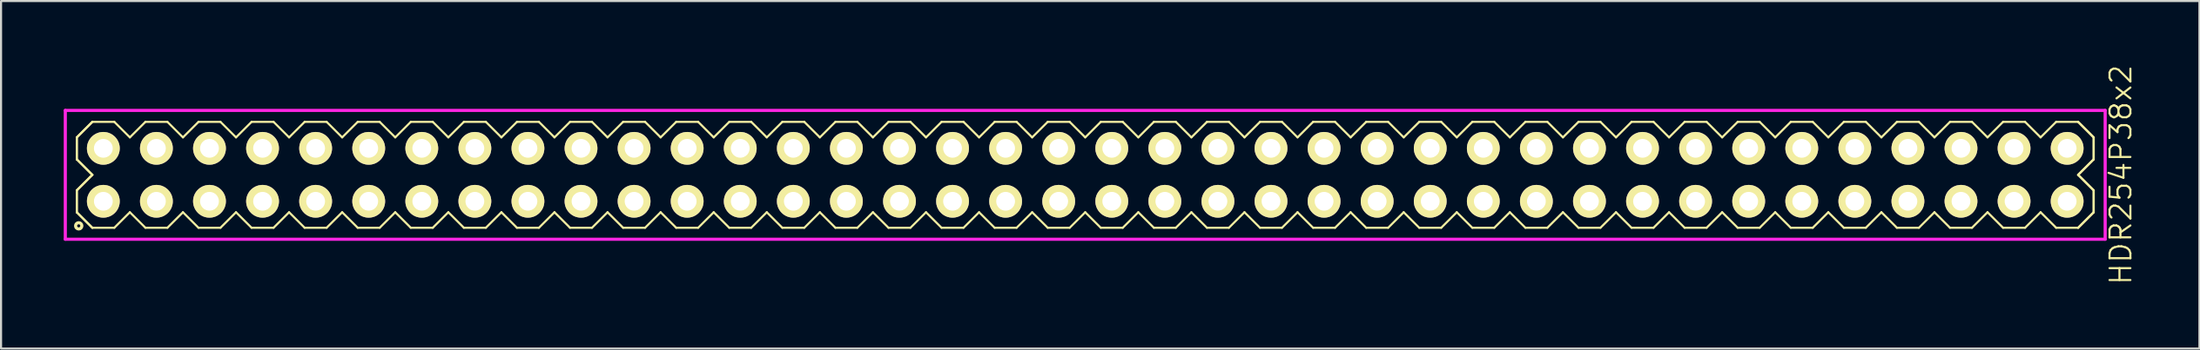
<source format=kicad_pcb>
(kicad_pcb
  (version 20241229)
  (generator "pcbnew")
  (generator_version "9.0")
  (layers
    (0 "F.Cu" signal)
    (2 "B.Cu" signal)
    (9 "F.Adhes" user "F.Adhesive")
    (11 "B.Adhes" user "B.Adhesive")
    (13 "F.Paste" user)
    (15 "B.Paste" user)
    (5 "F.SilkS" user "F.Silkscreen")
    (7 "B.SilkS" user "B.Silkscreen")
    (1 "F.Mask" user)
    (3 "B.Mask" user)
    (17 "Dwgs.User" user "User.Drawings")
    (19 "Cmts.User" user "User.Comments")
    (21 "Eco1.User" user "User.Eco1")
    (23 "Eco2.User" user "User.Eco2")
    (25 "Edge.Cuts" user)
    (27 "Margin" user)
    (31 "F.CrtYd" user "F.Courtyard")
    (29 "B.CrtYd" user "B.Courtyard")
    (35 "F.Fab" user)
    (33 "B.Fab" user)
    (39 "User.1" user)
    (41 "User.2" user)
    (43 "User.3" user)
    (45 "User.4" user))
  (footprint "HDR254P38x2"
    (layer "F.Cu")
    (at 48.885 5.336)
    (property "Reference" "HDR254P38x2" (at 49.56 0 90) (layer "F.SilkS") (effects (font (size 1 1) (thickness 0.1))))
    (attr through_hole)
    (fp_line (start -48.26 -1.796) (end -47.516 -2.54) (stroke (width 0.1) (type solid)) (layer "F.SilkS"))
    (fp_line (start -48.26 -1.796) (end -47.516 -2.54) (stroke (width 0.1) (type solid)) (layer "F.SilkS"))
    (fp_line (start -48.26 -0.744) (end -48.26 -1.796) (stroke (width 0.1) (type solid)) (layer "F.SilkS"))
    (fp_line (start -48.26 -0.744) (end -48.26 -1.796) (stroke (width 0.1) (type solid)) (layer "F.SilkS"))
    (fp_line (start -48.26 0.744) (end -47.516 0) (stroke (width 0.1) (type solid)) (layer "F.SilkS"))
    (fp_line (start -48.26 0.744) (end -47.516 0) (stroke (width 0.1) (type solid)) (layer "F.SilkS"))
    (fp_line (start -48.26 1.796) (end -48.26 0.744) (stroke (width 0.1) (type solid)) (layer "F.SilkS"))
    (fp_line (start -48.26 1.796) (end -48.26 0.744) (stroke (width 0.1) (type solid)) (layer "F.SilkS"))
    (fp_line (start -47.516 -2.54) (end -46.464 -2.54) (stroke (width 0.1) (type solid)) (layer "F.SilkS"))
    (fp_line (start -47.516 0) (end -48.26 -0.744) (stroke (width 0.1) (type solid)) (layer "F.SilkS"))
    (fp_line (start -47.516 0) (end -48.26 -0.744) (stroke (width 0.1) (type solid)) (layer "F.SilkS"))
    (fp_line (start -47.516 2.54) (end -48.26 1.796) (stroke (width 0.1) (type solid)) (layer "F.SilkS"))
    (fp_line (start -47.516 2.54) (end -48.26 1.796) (stroke (width 0.1) (type solid)) (layer "F.SilkS"))
    (fp_line (start -46.464 -2.54) (end -45.72 -1.796) (stroke (width 0.1) (type solid)) (layer "F.SilkS"))
    (fp_line (start -46.464 2.54) (end -47.516 2.54) (stroke (width 0.1) (type solid)) (layer "F.SilkS"))
    (fp_line (start -45.72 -1.796) (end -44.976 -2.54) (stroke (width 0.1) (type solid)) (layer "F.SilkS"))
    (fp_line (start -45.72 1.796) (end -46.464 2.54) (stroke (width 0.1) (type solid)) (layer "F.SilkS"))
    (fp_line (start -44.976 -2.54) (end -43.924 -2.54) (stroke (width 0.1) (type solid)) (layer "F.SilkS"))
    (fp_line (start -44.976 2.54) (end -45.72 1.796) (stroke (width 0.1) (type solid)) (layer "F.SilkS"))
    (fp_line (start -43.924 -2.54) (end -43.18 -1.796) (stroke (width 0.1) (type solid)) (layer "F.SilkS"))
    (fp_line (start -43.924 2.54) (end -44.976 2.54) (stroke (width 0.1) (type solid)) (layer "F.SilkS"))
    (fp_line (start -43.18 -1.796) (end -42.436 -2.54) (stroke (width 0.1) (type solid)) (layer "F.SilkS"))
    (fp_line (start -43.18 1.796) (end -43.924 2.54) (stroke (width 0.1) (type solid)) (layer "F.SilkS"))
    (fp_line (start -42.436 -2.54) (end -41.384 -2.54) (stroke (width 0.1) (type solid)) (layer "F.SilkS"))
    (fp_line (start -42.436 2.54) (end -43.18 1.796) (stroke (width 0.1) (type solid)) (layer "F.SilkS"))
    (fp_line (start -41.384 -2.54) (end -40.64 -1.796) (stroke (width 0.1) (type solid)) (layer "F.SilkS"))
    (fp_line (start -41.384 2.54) (end -42.436 2.54) (stroke (width 0.1) (type solid)) (layer "F.SilkS"))
    (fp_line (start -40.64 -1.796) (end -39.896 -2.54) (stroke (width 0.1) (type solid)) (layer "F.SilkS"))
    (fp_line (start -40.64 1.796) (end -41.384 2.54) (stroke (width 0.1) (type solid)) (layer "F.SilkS"))
    (fp_line (start -39.896 -2.54) (end -38.844 -2.54) (stroke (width 0.1) (type solid)) (layer "F.SilkS"))
    (fp_line (start -39.896 2.54) (end -40.64 1.796) (stroke (width 0.1) (type solid)) (layer "F.SilkS"))
    (fp_line (start -38.844 -2.54) (end -38.1 -1.796) (stroke (width 0.1) (type solid)) (layer "F.SilkS"))
    (fp_line (start -38.844 2.54) (end -39.896 2.54) (stroke (width 0.1) (type solid)) (layer "F.SilkS"))
    (fp_line (start -38.1 -1.796) (end -37.356 -2.54) (stroke (width 0.1) (type solid)) (layer "F.SilkS"))
    (fp_line (start -38.1 1.796) (end -38.844 2.54) (stroke (width 0.1) (type solid)) (layer "F.SilkS"))
    (fp_line (start -37.356 -2.54) (end -36.304 -2.54) (stroke (width 0.1) (type solid)) (layer "F.SilkS"))
    (fp_line (start -37.356 2.54) (end -38.1 1.796) (stroke (width 0.1) (type solid)) (layer "F.SilkS"))
    (fp_line (start -36.304 -2.54) (end -35.56 -1.796) (stroke (width 0.1) (type solid)) (layer "F.SilkS"))
    (fp_line (start -36.304 2.54) (end -37.356 2.54) (stroke (width 0.1) (type solid)) (layer "F.SilkS"))
    (fp_line (start -35.56 -1.796) (end -34.816 -2.54) (stroke (width 0.1) (type solid)) (layer "F.SilkS"))
    (fp_line (start -35.56 1.796) (end -36.304 2.54) (stroke (width 0.1) (type solid)) (layer "F.SilkS"))
    (fp_line (start -34.816 -2.54) (end -33.764 -2.54) (stroke (width 0.1) (type solid)) (layer "F.SilkS"))
    (fp_line (start -34.816 2.54) (end -35.56 1.796) (stroke (width 0.1) (type solid)) (layer "F.SilkS"))
    (fp_line (start -33.764 -2.54) (end -33.02 -1.796) (stroke (width 0.1) (type solid)) (layer "F.SilkS"))
    (fp_line (start -33.764 2.54) (end -34.816 2.54) (stroke (width 0.1) (type solid)) (layer "F.SilkS"))
    (fp_line (start -33.02 -1.796) (end -32.276 -2.54) (stroke (width 0.1) (type solid)) (layer "F.SilkS"))
    (fp_line (start -33.02 1.796) (end -33.764 2.54) (stroke (width 0.1) (type solid)) (layer "F.SilkS"))
    (fp_line (start -32.276 -2.54) (end -31.224 -2.54) (stroke (width 0.1) (type solid)) (layer "F.SilkS"))
    (fp_line (start -32.276 2.54) (end -33.02 1.796) (stroke (width 0.1) (type solid)) (layer "F.SilkS"))
    (fp_line (start -31.224 -2.54) (end -30.48 -1.796) (stroke (width 0.1) (type solid)) (layer "F.SilkS"))
    (fp_line (start -31.224 2.54) (end -32.276 2.54) (stroke (width 0.1) (type solid)) (layer "F.SilkS"))
    (fp_line (start -30.48 -1.796) (end -29.736 -2.54) (stroke (width 0.1) (type solid)) (layer "F.SilkS"))
    (fp_line (start -30.48 1.796) (end -31.224 2.54) (stroke (width 0.1) (type solid)) (layer "F.SilkS"))
    (fp_line (start -29.736 -2.54) (end -28.684 -2.54) (stroke (width 0.1) (type solid)) (layer "F.SilkS"))
    (fp_line (start -29.736 2.54) (end -30.48 1.796) (stroke (width 0.1) (type solid)) (layer "F.SilkS"))
    (fp_line (start -28.684 -2.54) (end -27.94 -1.796) (stroke (width 0.1) (type solid)) (layer "F.SilkS"))
    (fp_line (start -28.684 2.54) (end -29.736 2.54) (stroke (width 0.1) (type solid)) (layer "F.SilkS"))
    (fp_line (start -27.94 -1.796) (end -27.196 -2.54) (stroke (width 0.1) (type solid)) (layer "F.SilkS"))
    (fp_line (start -27.94 1.796) (end -28.684 2.54) (stroke (width 0.1) (type solid)) (layer "F.SilkS"))
    (fp_line (start -27.196 -2.54) (end -26.144 -2.54) (stroke (width 0.1) (type solid)) (layer "F.SilkS"))
    (fp_line (start -27.196 2.54) (end -27.94 1.796) (stroke (width 0.1) (type solid)) (layer "F.SilkS"))
    (fp_line (start -26.144 -2.54) (end -25.4 -1.796) (stroke (width 0.1) (type solid)) (layer "F.SilkS"))
    (fp_line (start -26.144 2.54) (end -27.196 2.54) (stroke (width 0.1) (type solid)) (layer "F.SilkS"))
    (fp_line (start -25.4 -1.796) (end -24.656 -2.54) (stroke (width 0.1) (type solid)) (layer "F.SilkS"))
    (fp_line (start -25.4 1.796) (end -26.144 2.54) (stroke (width 0.1) (type solid)) (layer "F.SilkS"))
    (fp_line (start -24.656 -2.54) (end -23.604 -2.54) (stroke (width 0.1) (type solid)) (layer "F.SilkS"))
    (fp_line (start -24.656 2.54) (end -25.4 1.796) (stroke (width 0.1) (type solid)) (layer "F.SilkS"))
    (fp_line (start -23.604 -2.54) (end -22.86 -1.796) (stroke (width 0.1) (type solid)) (layer "F.SilkS"))
    (fp_line (start -23.604 2.54) (end -24.656 2.54) (stroke (width 0.1) (type solid)) (layer "F.SilkS"))
    (fp_line (start -22.86 -1.796) (end -22.116 -2.54) (stroke (width 0.1) (type solid)) (layer "F.SilkS"))
    (fp_line (start -22.86 1.796) (end -23.604 2.54) (stroke (width 0.1) (type solid)) (layer "F.SilkS"))
    (fp_line (start -22.116 -2.54) (end -21.064 -2.54) (stroke (width 0.1) (type solid)) (layer "F.SilkS"))
    (fp_line (start -22.116 2.54) (end -22.86 1.796) (stroke (width 0.1) (type solid)) (layer "F.SilkS"))
    (fp_line (start -21.064 -2.54) (end -20.32 -1.796) (stroke (width 0.1) (type solid)) (layer "F.SilkS"))
    (fp_line (start -21.064 2.54) (end -22.116 2.54) (stroke (width 0.1) (type solid)) (layer "F.SilkS"))
    (fp_line (start -20.32 -1.796) (end -19.576 -2.54) (stroke (width 0.1) (type solid)) (layer "F.SilkS"))
    (fp_line (start -20.32 1.796) (end -21.064 2.54) (stroke (width 0.1) (type solid)) (layer "F.SilkS"))
    (fp_line (start -19.576 -2.54) (end -18.524 -2.54) (stroke (width 0.1) (type solid)) (layer "F.SilkS"))
    (fp_line (start -19.576 2.54) (end -20.32 1.796) (stroke (width 0.1) (type solid)) (layer "F.SilkS"))
    (fp_line (start -18.524 -2.54) (end -17.78 -1.796) (stroke (width 0.1) (type solid)) (layer "F.SilkS"))
    (fp_line (start -18.524 2.54) (end -19.576 2.54) (stroke (width 0.1) (type solid)) (layer "F.SilkS"))
    (fp_line (start -17.78 -1.796) (end -17.036 -2.54) (stroke (width 0.1) (type solid)) (layer "F.SilkS"))
    (fp_line (start -17.78 1.796) (end -18.524 2.54) (stroke (width 0.1) (type solid)) (layer "F.SilkS"))
    (fp_line (start -17.036 -2.54) (end -15.984 -2.54) (stroke (width 0.1) (type solid)) (layer "F.SilkS"))
    (fp_line (start -17.036 2.54) (end -17.78 1.796) (stroke (width 0.1) (type solid)) (layer "F.SilkS"))
    (fp_line (start -15.984 -2.54) (end -15.24 -1.796) (stroke (width 0.1) (type solid)) (layer "F.SilkS"))
    (fp_line (start -15.984 2.54) (end -17.036 2.54) (stroke (width 0.1) (type solid)) (layer "F.SilkS"))
    (fp_line (start -15.24 -1.796) (end -14.496 -2.54) (stroke (width 0.1) (type solid)) (layer "F.SilkS"))
    (fp_line (start -15.24 1.796) (end -15.984 2.54) (stroke (width 0.1) (type solid)) (layer "F.SilkS"))
    (fp_line (start -14.496 -2.54) (end -13.444 -2.54) (stroke (width 0.1) (type solid)) (layer "F.SilkS"))
    (fp_line (start -14.496 2.54) (end -15.24 1.796) (stroke (width 0.1) (type solid)) (layer "F.SilkS"))
    (fp_line (start -13.444 -2.54) (end -12.7 -1.796) (stroke (width 0.1) (type solid)) (layer "F.SilkS"))
    (fp_line (start -13.444 2.54) (end -14.496 2.54) (stroke (width 0.1) (type solid)) (layer "F.SilkS"))
    (fp_line (start -12.7 -1.796) (end -11.956 -2.54) (stroke (width 0.1) (type solid)) (layer "F.SilkS"))
    (fp_line (start -12.7 1.796) (end -13.444 2.54) (stroke (width 0.1) (type solid)) (layer "F.SilkS"))
    (fp_line (start -11.956 -2.54) (end -10.904 -2.54) (stroke (width 0.1) (type solid)) (layer "F.SilkS"))
    (fp_line (start -11.956 2.54) (end -12.7 1.796) (stroke (width 0.1) (type solid)) (layer "F.SilkS"))
    (fp_line (start -10.904 -2.54) (end -10.16 -1.796) (stroke (width 0.1) (type solid)) (layer "F.SilkS"))
    (fp_line (start -10.904 2.54) (end -11.956 2.54) (stroke (width 0.1) (type solid)) (layer "F.SilkS"))
    (fp_line (start -10.16 -1.796) (end -9.416 -2.54) (stroke (width 0.1) (type solid)) (layer "F.SilkS"))
    (fp_line (start -10.16 1.796) (end -10.904 2.54) (stroke (width 0.1) (type solid)) (layer "F.SilkS"))
    (fp_line (start -9.416 -2.54) (end -8.364 -2.54) (stroke (width 0.1) (type solid)) (layer "F.SilkS"))
    (fp_line (start -9.416 2.54) (end -10.16 1.796) (stroke (width 0.1) (type solid)) (layer "F.SilkS"))
    (fp_line (start -8.364 -2.54) (end -7.62 -1.796) (stroke (width 0.1) (type solid)) (layer "F.SilkS"))
    (fp_line (start -8.364 2.54) (end -9.416 2.54) (stroke (width 0.1) (type solid)) (layer "F.SilkS"))
    (fp_line (start -7.62 -1.796) (end -6.876 -2.54) (stroke (width 0.1) (type solid)) (layer "F.SilkS"))
    (fp_line (start -7.62 1.796) (end -8.364 2.54) (stroke (width 0.1) (type solid)) (layer "F.SilkS"))
    (fp_line (start -6.876 -2.54) (end -5.824 -2.54) (stroke (width 0.1) (type solid)) (layer "F.SilkS"))
    (fp_line (start -6.876 2.54) (end -7.62 1.796) (stroke (width 0.1) (type solid)) (layer "F.SilkS"))
    (fp_line (start -5.824 -2.54) (end -5.08 -1.796) (stroke (width 0.1) (type solid)) (layer "F.SilkS"))
    (fp_line (start -5.824 2.54) (end -6.876 2.54) (stroke (width 0.1) (type solid)) (layer "F.SilkS"))
    (fp_line (start -5.08 -1.796) (end -4.336 -2.54) (stroke (width 0.1) (type solid)) (layer "F.SilkS"))
    (fp_line (start -5.08 1.796) (end -5.824 2.54) (stroke (width 0.1) (type solid)) (layer "F.SilkS"))
    (fp_line (start -4.336 -2.54) (end -3.284 -2.54) (stroke (width 0.1) (type solid)) (layer "F.SilkS"))
    (fp_line (start -4.336 2.54) (end -5.08 1.796) (stroke (width 0.1) (type solid)) (layer "F.SilkS"))
    (fp_line (start -3.284 -2.54) (end -2.54 -1.796) (stroke (width 0.1) (type solid)) (layer "F.SilkS"))
    (fp_line (start -3.284 2.54) (end -4.336 2.54) (stroke (width 0.1) (type solid)) (layer "F.SilkS"))
    (fp_line (start -2.54 -1.796) (end -1.796 -2.54) (stroke (width 0.1) (type solid)) (layer "F.SilkS"))
    (fp_line (start -2.54 1.796) (end -3.284 2.54) (stroke (width 0.1) (type solid)) (layer "F.SilkS"))
    (fp_line (start -1.796 -2.54) (end -0.744 -2.54) (stroke (width 0.1) (type solid)) (layer "F.SilkS"))
    (fp_line (start -1.796 2.54) (end -2.54 1.796) (stroke (width 0.1) (type solid)) (layer "F.SilkS"))
    (fp_line (start -0.744 -2.54) (end 0 -1.796) (stroke (width 0.1) (type solid)) (layer "F.SilkS"))
    (fp_line (start -0.744 2.54) (end -1.796 2.54) (stroke (width 0.1) (type solid)) (layer "F.SilkS"))
    (fp_line (start 0 -1.796) (end 0.744 -2.54) (stroke (width 0.1) (type solid)) (layer "F.SilkS"))
    (fp_line (start 0 1.796) (end -0.744 2.54) (stroke (width 0.1) (type solid)) (layer "F.SilkS"))
    (fp_line (start 0.744 -2.54) (end 1.796 -2.54) (stroke (width 0.1) (type solid)) (layer "F.SilkS"))
    (fp_line (start 0.744 2.54) (end 0 1.796) (stroke (width 0.1) (type solid)) (layer "F.SilkS"))
    (fp_line (start 1.796 -2.54) (end 2.54 -1.796) (stroke (width 0.1) (type solid)) (layer "F.SilkS"))
    (fp_line (start 1.796 2.54) (end 0.744 2.54) (stroke (width 0.1) (type solid)) (layer "F.SilkS"))
    (fp_line (start 2.54 -1.796) (end 3.284 -2.54) (stroke (width 0.1) (type solid)) (layer "F.SilkS"))
    (fp_line (start 2.54 1.796) (end 1.796 2.54) (stroke (width 0.1) (type solid)) (layer "F.SilkS"))
    (fp_line (start 3.284 -2.54) (end 4.336 -2.54) (stroke (width 0.1) (type solid)) (layer "F.SilkS"))
    (fp_line (start 3.284 2.54) (end 2.54 1.796) (stroke (width 0.1) (type solid)) (layer "F.SilkS"))
    (fp_line (start 4.336 -2.54) (end 5.08 -1.796) (stroke (width 0.1) (type solid)) (layer "F.SilkS"))
    (fp_line (start 4.336 2.54) (end 3.284 2.54) (stroke (width 0.1) (type solid)) (layer "F.SilkS"))
    (fp_line (start 5.08 -1.796) (end 5.824 -2.54) (stroke (width 0.1) (type solid)) (layer "F.SilkS"))
    (fp_line (start 5.08 1.796) (end 4.336 2.54) (stroke (width 0.1) (type solid)) (layer "F.SilkS"))
    (fp_line (start 5.824 -2.54) (end 6.876 -2.54) (stroke (width 0.1) (type solid)) (layer "F.SilkS"))
    (fp_line (start 5.824 2.54) (end 5.08 1.796) (stroke (width 0.1) (type solid)) (layer "F.SilkS"))
    (fp_line (start 6.876 -2.54) (end 7.62 -1.796) (stroke (width 0.1) (type solid)) (layer "F.SilkS"))
    (fp_line (start 6.876 2.54) (end 5.824 2.54) (stroke (width 0.1) (type solid)) (layer "F.SilkS"))
    (fp_line (start 7.62 -1.796) (end 8.364 -2.54) (stroke (width 0.1) (type solid)) (layer "F.SilkS"))
    (fp_line (start 7.62 1.796) (end 6.876 2.54) (stroke (width 0.1) (type solid)) (layer "F.SilkS"))
    (fp_line (start 8.364 -2.54) (end 9.416 -2.54) (stroke (width 0.1) (type solid)) (layer "F.SilkS"))
    (fp_line (start 8.364 2.54) (end 7.62 1.796) (stroke (width 0.1) (type solid)) (layer "F.SilkS"))
    (fp_line (start 9.416 -2.54) (end 10.16 -1.796) (stroke (width 0.1) (type solid)) (layer "F.SilkS"))
    (fp_line (start 9.416 2.54) (end 8.364 2.54) (stroke (width 0.1) (type solid)) (layer "F.SilkS"))
    (fp_line (start 10.16 -1.796) (end 10.904 -2.54) (stroke (width 0.1) (type solid)) (layer "F.SilkS"))
    (fp_line (start 10.16 1.796) (end 9.416 2.54) (stroke (width 0.1) (type solid)) (layer "F.SilkS"))
    (fp_line (start 10.904 -2.54) (end 11.956 -2.54) (stroke (width 0.1) (type solid)) (layer "F.SilkS"))
    (fp_line (start 10.904 2.54) (end 10.16 1.796) (stroke (width 0.1) (type solid)) (layer "F.SilkS"))
    (fp_line (start 11.956 -2.54) (end 12.7 -1.796) (stroke (width 0.1) (type solid)) (layer "F.SilkS"))
    (fp_line (start 11.956 2.54) (end 10.904 2.54) (stroke (width 0.1) (type solid)) (layer "F.SilkS"))
    (fp_line (start 12.7 -1.796) (end 13.444 -2.54) (stroke (width 0.1) (type solid)) (layer "F.SilkS"))
    (fp_line (start 12.7 1.796) (end 11.956 2.54) (stroke (width 0.1) (type solid)) (layer "F.SilkS"))
    (fp_line (start 13.444 -2.54) (end 14.496 -2.54) (stroke (width 0.1) (type solid)) (layer "F.SilkS"))
    (fp_line (start 13.444 2.54) (end 12.7 1.796) (stroke (width 0.1) (type solid)) (layer "F.SilkS"))
    (fp_line (start 14.496 -2.54) (end 15.24 -1.796) (stroke (width 0.1) (type solid)) (layer "F.SilkS"))
    (fp_line (start 14.496 2.54) (end 13.444 2.54) (stroke (width 0.1) (type solid)) (layer "F.SilkS"))
    (fp_line (start 15.24 -1.796) (end 15.984 -2.54) (stroke (width 0.1) (type solid)) (layer "F.SilkS"))
    (fp_line (start 15.24 1.796) (end 14.496 2.54) (stroke (width 0.1) (type solid)) (layer "F.SilkS"))
    (fp_line (start 15.984 -2.54) (end 17.036 -2.54) (stroke (width 0.1) (type solid)) (layer "F.SilkS"))
    (fp_line (start 15.984 2.54) (end 15.24 1.796) (stroke (width 0.1) (type solid)) (layer "F.SilkS"))
    (fp_line (start 17.036 -2.54) (end 17.78 -1.796) (stroke (width 0.1) (type solid)) (layer "F.SilkS"))
    (fp_line (start 17.036 2.54) (end 15.984 2.54) (stroke (width 0.1) (type solid)) (layer "F.SilkS"))
    (fp_line (start 17.78 -1.796) (end 18.524 -2.54) (stroke (width 0.1) (type solid)) (layer "F.SilkS"))
    (fp_line (start 17.78 1.796) (end 17.036 2.54) (stroke (width 0.1) (type solid)) (layer "F.SilkS"))
    (fp_line (start 18.524 -2.54) (end 19.576 -2.54) (stroke (width 0.1) (type solid)) (layer "F.SilkS"))
    (fp_line (start 18.524 2.54) (end 17.78 1.796) (stroke (width 0.1) (type solid)) (layer "F.SilkS"))
    (fp_line (start 19.576 -2.54) (end 20.32 -1.796) (stroke (width 0.1) (type solid)) (layer "F.SilkS"))
    (fp_line (start 19.576 2.54) (end 18.524 2.54) (stroke (width 0.1) (type solid)) (layer "F.SilkS"))
    (fp_line (start 20.32 -1.796) (end 21.064 -2.54) (stroke (width 0.1) (type solid)) (layer "F.SilkS"))
    (fp_line (start 20.32 1.796) (end 19.576 2.54) (stroke (width 0.1) (type solid)) (layer "F.SilkS"))
    (fp_line (start 21.064 -2.54) (end 22.116 -2.54) (stroke (width 0.1) (type solid)) (layer "F.SilkS"))
    (fp_line (start 21.064 2.54) (end 20.32 1.796) (stroke (width 0.1) (type solid)) (layer "F.SilkS"))
    (fp_line (start 22.116 -2.54) (end 22.86 -1.796) (stroke (width 0.1) (type solid)) (layer "F.SilkS"))
    (fp_line (start 22.116 2.54) (end 21.064 2.54) (stroke (width 0.1) (type solid)) (layer "F.SilkS"))
    (fp_line (start 22.86 -1.796) (end 23.604 -2.54) (stroke (width 0.1) (type solid)) (layer "F.SilkS"))
    (fp_line (start 22.86 1.796) (end 22.116 2.54) (stroke (width 0.1) (type solid)) (layer "F.SilkS"))
    (fp_line (start 23.604 -2.54) (end 24.656 -2.54) (stroke (width 0.1) (type solid)) (layer "F.SilkS"))
    (fp_line (start 23.604 2.54) (end 22.86 1.796) (stroke (width 0.1) (type solid)) (layer "F.SilkS"))
    (fp_line (start 24.656 -2.54) (end 25.4 -1.796) (stroke (width 0.1) (type solid)) (layer "F.SilkS"))
    (fp_line (start 24.656 2.54) (end 23.604 2.54) (stroke (width 0.1) (type solid)) (layer "F.SilkS"))
    (fp_line (start 25.4 -1.796) (end 26.144 -2.54) (stroke (width 0.1) (type solid)) (layer "F.SilkS"))
    (fp_line (start 25.4 1.796) (end 24.656 2.54) (stroke (width 0.1) (type solid)) (layer "F.SilkS"))
    (fp_line (start 26.144 -2.54) (end 27.196 -2.54) (stroke (width 0.1) (type solid)) (layer "F.SilkS"))
    (fp_line (start 26.144 2.54) (end 25.4 1.796) (stroke (width 0.1) (type solid)) (layer "F.SilkS"))
    (fp_line (start 27.196 -2.54) (end 27.94 -1.796) (stroke (width 0.1) (type solid)) (layer "F.SilkS"))
    (fp_line (start 27.196 2.54) (end 26.144 2.54) (stroke (width 0.1) (type solid)) (layer "F.SilkS"))
    (fp_line (start 27.94 -1.796) (end 28.684 -2.54) (stroke (width 0.1) (type solid)) (layer "F.SilkS"))
    (fp_line (start 27.94 1.796) (end 27.196 2.54) (stroke (width 0.1) (type solid)) (layer "F.SilkS"))
    (fp_line (start 28.684 -2.54) (end 29.736 -2.54) (stroke (width 0.1) (type solid)) (layer "F.SilkS"))
    (fp_line (start 28.684 2.54) (end 27.94 1.796) (stroke (width 0.1) (type solid)) (layer "F.SilkS"))
    (fp_line (start 29.736 -2.54) (end 30.48 -1.796) (stroke (width 0.1) (type solid)) (layer "F.SilkS"))
    (fp_line (start 29.736 2.54) (end 28.684 2.54) (stroke (width 0.1) (type solid)) (layer "F.SilkS"))
    (fp_line (start 30.48 -1.796) (end 31.224 -2.54) (stroke (width 0.1) (type solid)) (layer "F.SilkS"))
    (fp_line (start 30.48 1.796) (end 29.736 2.54) (stroke (width 0.1) (type solid)) (layer "F.SilkS"))
    (fp_line (start 31.224 -2.54) (end 32.276 -2.54) (stroke (width 0.1) (type solid)) (layer "F.SilkS"))
    (fp_line (start 31.224 2.54) (end 30.48 1.796) (stroke (width 0.1) (type solid)) (layer "F.SilkS"))
    (fp_line (start 32.276 -2.54) (end 33.02 -1.796) (stroke (width 0.1) (type solid)) (layer "F.SilkS"))
    (fp_line (start 32.276 2.54) (end 31.224 2.54) (stroke (width 0.1) (type solid)) (layer "F.SilkS"))
    (fp_line (start 33.02 -1.796) (end 33.764 -2.54) (stroke (width 0.1) (type solid)) (layer "F.SilkS"))
    (fp_line (start 33.02 1.796) (end 32.276 2.54) (stroke (width 0.1) (type solid)) (layer "F.SilkS"))
    (fp_line (start 33.764 -2.54) (end 34.816 -2.54) (stroke (width 0.1) (type solid)) (layer "F.SilkS"))
    (fp_line (start 33.764 2.54) (end 33.02 1.796) (stroke (width 0.1) (type solid)) (layer "F.SilkS"))
    (fp_line (start 34.816 -2.54) (end 35.56 -1.796) (stroke (width 0.1) (type solid)) (layer "F.SilkS"))
    (fp_line (start 34.816 2.54) (end 33.764 2.54) (stroke (width 0.1) (type solid)) (layer "F.SilkS"))
    (fp_line (start 35.56 -1.796) (end 36.304 -2.54) (stroke (width 0.1) (type solid)) (layer "F.SilkS"))
    (fp_line (start 35.56 1.796) (end 34.816 2.54) (stroke (width 0.1) (type solid)) (layer "F.SilkS"))
    (fp_line (start 36.304 -2.54) (end 37.356 -2.54) (stroke (width 0.1) (type solid)) (layer "F.SilkS"))
    (fp_line (start 36.304 2.54) (end 35.56 1.796) (stroke (width 0.1) (type solid)) (layer "F.SilkS"))
    (fp_line (start 37.356 -2.54) (end 38.1 -1.796) (stroke (width 0.1) (type solid)) (layer "F.SilkS"))
    (fp_line (start 37.356 2.54) (end 36.304 2.54) (stroke (width 0.1) (type solid)) (layer "F.SilkS"))
    (fp_line (start 38.1 -1.796) (end 38.844 -2.54) (stroke (width 0.1) (type solid)) (layer "F.SilkS"))
    (fp_line (start 38.1 1.796) (end 37.356 2.54) (stroke (width 0.1) (type solid)) (layer "F.SilkS"))
    (fp_line (start 38.844 -2.54) (end 39.896 -2.54) (stroke (width 0.1) (type solid)) (layer "F.SilkS"))
    (fp_line (start 38.844 2.54) (end 38.1 1.796) (stroke (width 0.1) (type solid)) (layer "F.SilkS"))
    (fp_line (start 39.896 -2.54) (end 40.64 -1.796) (stroke (width 0.1) (type solid)) (layer "F.SilkS"))
    (fp_line (start 39.896 2.54) (end 38.844 2.54) (stroke (width 0.1) (type solid)) (layer "F.SilkS"))
    (fp_line (start 40.64 -1.796) (end 41.384 -2.54) (stroke (width 0.1) (type solid)) (layer "F.SilkS"))
    (fp_line (start 40.64 1.796) (end 39.896 2.54) (stroke (width 0.1) (type solid)) (layer "F.SilkS"))
    (fp_line (start 41.384 -2.54) (end 42.436 -2.54) (stroke (width 0.1) (type solid)) (layer "F.SilkS"))
    (fp_line (start 41.384 2.54) (end 40.64 1.796) (stroke (width 0.1) (type solid)) (layer "F.SilkS"))
    (fp_line (start 42.436 -2.54) (end 43.18 -1.796) (stroke (width 0.1) (type solid)) (layer "F.SilkS"))
    (fp_line (start 42.436 2.54) (end 41.384 2.54) (stroke (width 0.1) (type solid)) (layer "F.SilkS"))
    (fp_line (start 43.18 -1.796) (end 43.924 -2.54) (stroke (width 0.1) (type solid)) (layer "F.SilkS"))
    (fp_line (start 43.18 1.796) (end 42.436 2.54) (stroke (width 0.1) (type solid)) (layer "F.SilkS"))
    (fp_line (start 43.924 -2.54) (end 44.976 -2.54) (stroke (width 0.1) (type solid)) (layer "F.SilkS"))
    (fp_line (start 43.924 2.54) (end 43.18 1.796) (stroke (width 0.1) (type solid)) (layer "F.SilkS"))
    (fp_line (start 44.976 -2.54) (end 45.72 -1.796) (stroke (width 0.1) (type solid)) (layer "F.SilkS"))
    (fp_line (start 44.976 2.54) (end 43.924 2.54) (stroke (width 0.1) (type solid)) (layer "F.SilkS"))
    (fp_line (start 45.72 -1.796) (end 46.464 -2.54) (stroke (width 0.1) (type solid)) (layer "F.SilkS"))
    (fp_line (start 45.72 1.796) (end 44.976 2.54) (stroke (width 0.1) (type solid)) (layer "F.SilkS"))
    (fp_line (start 46.464 -2.54) (end 47.516 -2.54) (stroke (width 0.1) (type solid)) (layer "F.SilkS"))
    (fp_line (start 46.464 2.54) (end 45.72 1.796) (stroke (width 0.1) (type solid)) (layer "F.SilkS"))
    (fp_line (start 47.516 -2.54) (end 48.26 -1.796) (stroke (width 0.1) (type solid)) (layer "F.SilkS"))
    (fp_line (start 47.516 -2.54) (end 48.26 -1.796) (stroke (width 0.1) (type solid)) (layer "F.SilkS"))
    (fp_line (start 47.516 0) (end 48.26 0.744) (stroke (width 0.1) (type solid)) (layer "F.SilkS"))
    (fp_line (start 47.516 0) (end 48.26 0.744) (stroke (width 0.1) (type solid)) (layer "F.SilkS"))
    (fp_line (start 47.516 2.54) (end 46.464 2.54) (stroke (width 0.1) (type solid)) (layer "F.SilkS"))
    (fp_line (start 48.26 -1.796) (end 48.26 -0.744) (stroke (width 0.1) (type solid)) (layer "F.SilkS"))
    (fp_line (start 48.26 -1.796) (end 48.26 -0.744) (stroke (width 0.1) (type solid)) (layer "F.SilkS"))
    (fp_line (start 48.26 -0.744) (end 47.516 0) (stroke (width 0.1) (type solid)) (layer "F.SilkS"))
    (fp_line (start 48.26 -0.744) (end 47.516 0) (stroke (width 0.1) (type solid)) (layer "F.SilkS"))
    (fp_line (start 48.26 0.744) (end 48.26 1.796) (stroke (width 0.1) (type solid)) (layer "F.SilkS"))
    (fp_line (start 48.26 0.744) (end 48.26 1.796) (stroke (width 0.1) (type solid)) (layer "F.SilkS"))
    (fp_line (start 48.26 1.796) (end 47.516 2.54) (stroke (width 0.1) (type solid)) (layer "F.SilkS"))
    (fp_line (start 48.26 1.796) (end 47.516 2.54) (stroke (width 0.1) (type solid)) (layer "F.SilkS"))
    (fp_circle (center -48.168 2.448) (end -48.018 2.448) (stroke (width 0.15) (type solid)) (fill no) (layer "F.SilkS"))
    (fp_line (start -48.81 -3.09) (end -48.81 3.09) (stroke (width 0.15) (type solid)) (layer "F.CrtYd"))
    (fp_line (start -48.81 3.09) (end 48.81 3.09) (stroke (width 0.15) (type solid)) (layer "F.CrtYd"))
    (fp_line (start 48.81 -3.09) (end -48.81 -3.09) (stroke (width 0.15) (type solid)) (layer "F.CrtYd"))
    (fp_line (start 48.81 3.09) (end 48.81 -3.09) (stroke (width 0.15) (type solid)) (layer "F.CrtYd"))
    (pad "1" thru_hole oval (at -46.99 1.27) (size 1.57 1.57) (drill 0.9) (layers "*.Cu" "*.Mask" "F.SilkS"))
    (pad "2" thru_hole oval (at -46.99 -1.27) (size 1.57 1.57) (drill 0.9) (layers "*.Cu" "*.Mask" "F.SilkS"))
    (pad "3" thru_hole oval (at -44.45 1.27) (size 1.57 1.57) (drill 0.9) (layers "*.Cu" "*.Mask" "F.SilkS"))
    (pad "4" thru_hole oval (at -44.45 -1.27) (size 1.57 1.57) (drill 0.9) (layers "*.Cu" "*.Mask" "F.SilkS"))
    (pad "5" thru_hole oval (at -41.91 1.27) (size 1.57 1.57) (drill 0.9) (layers "*.Cu" "*.Mask" "F.SilkS"))
    (pad "6" thru_hole oval (at -41.91 -1.27) (size 1.57 1.57) (drill 0.9) (layers "*.Cu" "*.Mask" "F.SilkS"))
    (pad "7" thru_hole oval (at -39.37 1.27) (size 1.57 1.57) (drill 0.9) (layers "*.Cu" "*.Mask" "F.SilkS"))
    (pad "8" thru_hole oval (at -39.37 -1.27) (size 1.57 1.57) (drill 0.9) (layers "*.Cu" "*.Mask" "F.SilkS"))
    (pad "9" thru_hole oval (at -36.83 1.27) (size 1.57 1.57) (drill 0.9) (layers "*.Cu" "*.Mask" "F.SilkS"))
    (pad "10" thru_hole oval (at -36.83 -1.27) (size 1.57 1.57) (drill 0.9) (layers "*.Cu" "*.Mask" "F.SilkS"))
    (pad "11" thru_hole oval (at -34.29 1.27) (size 1.57 1.57) (drill 0.9) (layers "*.Cu" "*.Mask" "F.SilkS"))
    (pad "12" thru_hole oval (at -34.29 -1.27) (size 1.57 1.57) (drill 0.9) (layers "*.Cu" "*.Mask" "F.SilkS"))
    (pad "13" thru_hole oval (at -31.75 1.27) (size 1.57 1.57) (drill 0.9) (layers "*.Cu" "*.Mask" "F.SilkS"))
    (pad "14" thru_hole oval (at -31.75 -1.27) (size 1.57 1.57) (drill 0.9) (layers "*.Cu" "*.Mask" "F.SilkS"))
    (pad "15" thru_hole oval (at -29.21 1.27) (size 1.57 1.57) (drill 0.9) (layers "*.Cu" "*.Mask" "F.SilkS"))
    (pad "16" thru_hole oval (at -29.21 -1.27) (size 1.57 1.57) (drill 0.9) (layers "*.Cu" "*.Mask" "F.SilkS"))
    (pad "17" thru_hole oval (at -26.67 1.27) (size 1.57 1.57) (drill 0.9) (layers "*.Cu" "*.Mask" "F.SilkS"))
    (pad "18" thru_hole oval (at -26.67 -1.27) (size 1.57 1.57) (drill 0.9) (layers "*.Cu" "*.Mask" "F.SilkS"))
    (pad "19" thru_hole oval (at -24.13 1.27) (size 1.57 1.57) (drill 0.9) (layers "*.Cu" "*.Mask" "F.SilkS"))
    (pad "20" thru_hole oval (at -24.13 -1.27) (size 1.57 1.57) (drill 0.9) (layers "*.Cu" "*.Mask" "F.SilkS"))
    (pad "21" thru_hole oval (at -21.59 1.27) (size 1.57 1.57) (drill 0.9) (layers "*.Cu" "*.Mask" "F.SilkS"))
    (pad "22" thru_hole oval (at -21.59 -1.27) (size 1.57 1.57) (drill 0.9) (layers "*.Cu" "*.Mask" "F.SilkS"))
    (pad "23" thru_hole oval (at -19.05 1.27) (size 1.57 1.57) (drill 0.9) (layers "*.Cu" "*.Mask" "F.SilkS"))
    (pad "24" thru_hole oval (at -19.05 -1.27) (size 1.57 1.57) (drill 0.9) (layers "*.Cu" "*.Mask" "F.SilkS"))
    (pad "25" thru_hole oval (at -16.51 1.27) (size 1.57 1.57) (drill 0.9) (layers "*.Cu" "*.Mask" "F.SilkS"))
    (pad "26" thru_hole oval (at -16.51 -1.27) (size 1.57 1.57) (drill 0.9) (layers "*.Cu" "*.Mask" "F.SilkS"))
    (pad "27" thru_hole oval (at -13.97 1.27) (size 1.57 1.57) (drill 0.9) (layers "*.Cu" "*.Mask" "F.SilkS"))
    (pad "28" thru_hole oval (at -13.97 -1.27) (size 1.57 1.57) (drill 0.9) (layers "*.Cu" "*.Mask" "F.SilkS"))
    (pad "29" thru_hole oval (at -11.43 1.27) (size 1.57 1.57) (drill 0.9) (layers "*.Cu" "*.Mask" "F.SilkS"))
    (pad "30" thru_hole oval (at -11.43 -1.27) (size 1.57 1.57) (drill 0.9) (layers "*.Cu" "*.Mask" "F.SilkS"))
    (pad "31" thru_hole oval (at -8.89 1.27) (size 1.57 1.57) (drill 0.9) (layers "*.Cu" "*.Mask" "F.SilkS"))
    (pad "32" thru_hole oval (at -8.89 -1.27) (size 1.57 1.57) (drill 0.9) (layers "*.Cu" "*.Mask" "F.SilkS"))
    (pad "33" thru_hole oval (at -6.35 1.27) (size 1.57 1.57) (drill 0.9) (layers "*.Cu" "*.Mask" "F.SilkS"))
    (pad "34" thru_hole oval (at -6.35 -1.27) (size 1.57 1.57) (drill 0.9) (layers "*.Cu" "*.Mask" "F.SilkS"))
    (pad "35" thru_hole oval (at -3.81 1.27) (size 1.57 1.57) (drill 0.9) (layers "*.Cu" "*.Mask" "F.SilkS"))
    (pad "36" thru_hole oval (at -3.81 -1.27) (size 1.57 1.57) (drill 0.9) (layers "*.Cu" "*.Mask" "F.SilkS"))
    (pad "37" thru_hole oval (at -1.27 1.27) (size 1.57 1.57) (drill 0.9) (layers "*.Cu" "*.Mask" "F.SilkS"))
    (pad "38" thru_hole oval (at -1.27 -1.27) (size 1.57 1.57) (drill 0.9) (layers "*.Cu" "*.Mask" "F.SilkS"))
    (pad "39" thru_hole oval (at 1.27 1.27) (size 1.57 1.57) (drill 0.9) (layers "*.Cu" "*.Mask" "F.SilkS"))
    (pad "40" thru_hole oval (at 1.27 -1.27) (size 1.57 1.57) (drill 0.9) (layers "*.Cu" "*.Mask" "F.SilkS"))
    (pad "41" thru_hole oval (at 3.81 1.27) (size 1.57 1.57) (drill 0.9) (layers "*.Cu" "*.Mask" "F.SilkS"))
    (pad "42" thru_hole oval (at 3.81 -1.27) (size 1.57 1.57) (drill 0.9) (layers "*.Cu" "*.Mask" "F.SilkS"))
    (pad "43" thru_hole oval (at 6.35 1.27) (size 1.57 1.57) (drill 0.9) (layers "*.Cu" "*.Mask" "F.SilkS"))
    (pad "44" thru_hole oval (at 6.35 -1.27) (size 1.57 1.57) (drill 0.9) (layers "*.Cu" "*.Mask" "F.SilkS"))
    (pad "45" thru_hole oval (at 8.89 1.27) (size 1.57 1.57) (drill 0.9) (layers "*.Cu" "*.Mask" "F.SilkS"))
    (pad "46" thru_hole oval (at 8.89 -1.27) (size 1.57 1.57) (drill 0.9) (layers "*.Cu" "*.Mask" "F.SilkS"))
    (pad "47" thru_hole oval (at 11.43 1.27) (size 1.57 1.57) (drill 0.9) (layers "*.Cu" "*.Mask" "F.SilkS"))
    (pad "48" thru_hole oval (at 11.43 -1.27) (size 1.57 1.57) (drill 0.9) (layers "*.Cu" "*.Mask" "F.SilkS"))
    (pad "49" thru_hole oval (at 13.97 1.27) (size 1.57 1.57) (drill 0.9) (layers "*.Cu" "*.Mask" "F.SilkS"))
    (pad "50" thru_hole oval (at 13.97 -1.27) (size 1.57 1.57) (drill 0.9) (layers "*.Cu" "*.Mask" "F.SilkS"))
    (pad "51" thru_hole oval (at 16.51 1.27) (size 1.57 1.57) (drill 0.9) (layers "*.Cu" "*.Mask" "F.SilkS"))
    (pad "52" thru_hole oval (at 16.51 -1.27) (size 1.57 1.57) (drill 0.9) (layers "*.Cu" "*.Mask" "F.SilkS"))
    (pad "53" thru_hole oval (at 19.05 1.27) (size 1.57 1.57) (drill 0.9) (layers "*.Cu" "*.Mask" "F.SilkS"))
    (pad "54" thru_hole oval (at 19.05 -1.27) (size 1.57 1.57) (drill 0.9) (layers "*.Cu" "*.Mask" "F.SilkS"))
    (pad "55" thru_hole oval (at 21.59 1.27) (size 1.57 1.57) (drill 0.9) (layers "*.Cu" "*.Mask" "F.SilkS"))
    (pad "56" thru_hole oval (at 21.59 -1.27) (size 1.57 1.57) (drill 0.9) (layers "*.Cu" "*.Mask" "F.SilkS"))
    (pad "57" thru_hole oval (at 24.13 1.27) (size 1.57 1.57) (drill 0.9) (layers "*.Cu" "*.Mask" "F.SilkS"))
    (pad "58" thru_hole oval (at 24.13 -1.27) (size 1.57 1.57) (drill 0.9) (layers "*.Cu" "*.Mask" "F.SilkS"))
    (pad "59" thru_hole oval (at 26.67 1.27) (size 1.57 1.57) (drill 0.9) (layers "*.Cu" "*.Mask" "F.SilkS"))
    (pad "60" thru_hole oval (at 26.67 -1.27) (size 1.57 1.57) (drill 0.9) (layers "*.Cu" "*.Mask" "F.SilkS"))
    (pad "61" thru_hole oval (at 29.21 1.27) (size 1.57 1.57) (drill 0.9) (layers "*.Cu" "*.Mask" "F.SilkS"))
    (pad "62" thru_hole oval (at 29.21 -1.27) (size 1.57 1.57) (drill 0.9) (layers "*.Cu" "*.Mask" "F.SilkS"))
    (pad "63" thru_hole oval (at 31.75 1.27) (size 1.57 1.57) (drill 0.9) (layers "*.Cu" "*.Mask" "F.SilkS"))
    (pad "64" thru_hole oval (at 31.75 -1.27) (size 1.57 1.57) (drill 0.9) (layers "*.Cu" "*.Mask" "F.SilkS"))
    (pad "65" thru_hole oval (at 34.29 1.27) (size 1.57 1.57) (drill 0.9) (layers "*.Cu" "*.Mask" "F.SilkS"))
    (pad "66" thru_hole oval (at 34.29 -1.27) (size 1.57 1.57) (drill 0.9) (layers "*.Cu" "*.Mask" "F.SilkS"))
    (pad "67" thru_hole oval (at 36.83 1.27) (size 1.57 1.57) (drill 0.9) (layers "*.Cu" "*.Mask" "F.SilkS"))
    (pad "68" thru_hole oval (at 36.83 -1.27) (size 1.57 1.57) (drill 0.9) (layers "*.Cu" "*.Mask" "F.SilkS"))
    (pad "69" thru_hole oval (at 39.37 1.27) (size 1.57 1.57) (drill 0.9) (layers "*.Cu" "*.Mask" "F.SilkS"))
    (pad "70" thru_hole oval (at 39.37 -1.27) (size 1.57 1.57) (drill 0.9) (layers "*.Cu" "*.Mask" "F.SilkS"))
    (pad "71" thru_hole oval (at 41.91 1.27) (size 1.57 1.57) (drill 0.9) (layers "*.Cu" "*.Mask" "F.SilkS"))
    (pad "72" thru_hole oval (at 41.91 -1.27) (size 1.57 1.57) (drill 0.9) (layers "*.Cu" "*.Mask" "F.SilkS"))
    (pad "73" thru_hole oval (at 44.45 1.27) (size 1.57 1.57) (drill 0.9) (layers "*.Cu" "*.Mask" "F.SilkS"))
    (pad "74" thru_hole oval (at 44.45 -1.27) (size 1.57 1.57) (drill 0.9) (layers "*.Cu" "*.Mask" "F.SilkS"))
    (pad "75" thru_hole oval (at 46.99 1.27) (size 1.57 1.57) (drill 0.9) (layers "*.Cu" "*.Mask" "F.SilkS"))
    (pad "76" thru_hole oval (at 46.99 -1.27) (size 1.57 1.57) (drill 0.9) (layers "*.Cu" "*.Mask" "F.SilkS")))
  (gr_rect
    (start -3 -3)
    (end 102.206 13.671)
    (stroke (width 0.1) (type default))
    (fill no)
    (layer "Edge.Cuts")))
</source>
